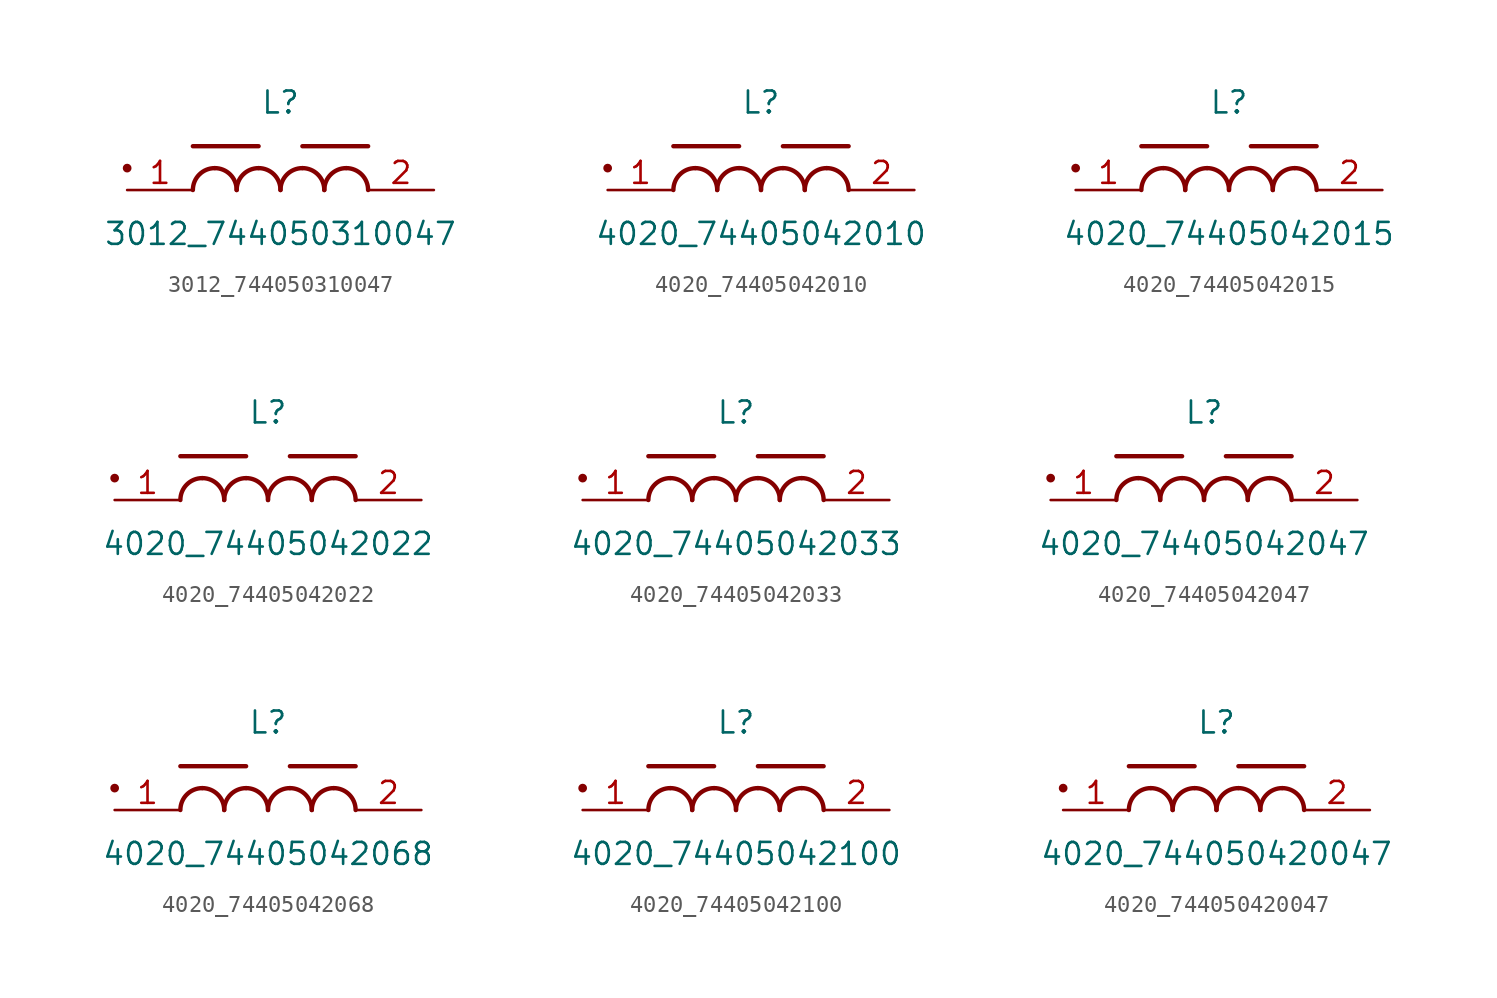
<source format=kicad_sym>
(kicad_symbol_lib
  (version 20211014)
  (generator kicad_symbol_editor)
  (symbol "Inductor_Wurth_WE-LQSH:3012_744050310047"
    (pin_names hide)
    (property "Reference" "L"
      (at 0 5.08 0)
      (effects (font (size 1.27 1.27))))
    (property "Value" "3012_744050310047"
      (at 0 -2.54 0)
      (effects (font (size 1.27 1.27))))
    (symbol "3012_744050310047_0_1"
      (circle (center -8.89 1.27) (radius 0.0001) (stroke (width 0.254)) (stroke (width 0.254) (type default) (color 0 0 0 0)) (fill (type none)))
      (arc (start -3.81 1.27) (mid -4.708 0.898) (end -5.08 0) (stroke (width 0.254) (type default) (color 0 0 0 0)) (fill (type none)))
      (arc (start -2.54 0) (mid -2.912 0.898) (end -3.81 1.27) (stroke (width 0.254) (type default) (color 0 0 0 0)) (fill (type none)))
      (arc (start -1.2699 1.2701) (mid -2.1679 0.8981) (end -2.5399 0.0001) (stroke (width 0.254) (type default) (color 0 0 0 0)) (fill (type none)))
      (polyline (pts (xy -5.08 2.54) (xy -1.27 2.54)) (stroke (width 0.254) (type default) (color 0 0 0 0)) (fill (type none)))
      (polyline (pts (xy 5.08 2.54) (xy 1.27 2.54)) (stroke (width 0.254) (type default) (color 0 0 0 0)) (fill (type none)))
      (arc (start 0.0001 0.0001) (mid -0.3719 0.8981) (end -1.2699 1.2701) (stroke (width 0.254) (type default) (color 0 0 0 0)) (fill (type none)))
      (arc (start 1.2701 1.2701) (mid 0.3721 0.8981) (end 0.0001 0.0001) (stroke (width 0.254) (type default) (color 0 0 0 0)) (fill (type none)))
      (arc (start 2.5401 0.0001) (mid 2.1681 0.8981) (end 1.2701 1.2701) (stroke (width 0.254) (type default) (color 0 0 0 0)) (fill (type none)))
      (arc (start 3.8101 1.2701) (mid 2.9121 0.8981) (end 2.5401 0.0001) (stroke (width 0.254) (type default) (color 0 0 0 0)) (fill (type none)))
      (arc (start 5.0801 0.0001) (mid 4.7081 0.8981) (end 3.8101 1.2701) (stroke (width 0.254) (type default) (color 0 0 0 0)) (fill (type none))))
    (symbol "3012_744050310047_1_1"
      (pin passive line (at -8.89 0 0) (length 3.81) (name "1" (effects (font (size 1.27 1.27)))) (number "1" (effects (font (size 1.27 1.27)))))
      (pin passive line (at 8.89 0 180) (length 3.81) (name "2" (effects (font (size 1.27 1.27)))) (number "2" (effects (font (size 1.27 1.27)))))))
  (symbol "Inductor_Wurth_WE-LQSH:4020_74405042010"
    (pin_names hide)
    (property "Reference" "L"
      (at 0 5.08 0)
      (effects (font (size 1.27 1.27))))
    (property "Value" "4020_74405042010"
      (at 0 -2.54 0)
      (effects (font (size 1.27 1.27))))
    (symbol "4020_74405042010_0_1"
      (circle (center -8.89 1.27) (radius 0.0001) (stroke (width 0.254)) (stroke (width 0.254) (type default) (color 0 0 0 0)) (fill (type none)))
      (arc (start -3.81 1.27) (mid -4.708 0.898) (end -5.08 0) (stroke (width 0.254) (type default) (color 0 0 0 0)) (fill (type none)))
      (arc (start -2.54 0) (mid -2.912 0.898) (end -3.81 1.27) (stroke (width 0.254) (type default) (color 0 0 0 0)) (fill (type none)))
      (arc (start -1.2699 1.2701) (mid -2.1679 0.8981) (end -2.5399 0.0001) (stroke (width 0.254) (type default) (color 0 0 0 0)) (fill (type none)))
      (polyline (pts (xy -5.08 2.54) (xy -1.27 2.54)) (stroke (width 0.254) (type default) (color 0 0 0 0)) (fill (type none)))
      (polyline (pts (xy 5.08 2.54) (xy 1.27 2.54)) (stroke (width 0.254) (type default) (color 0 0 0 0)) (fill (type none)))
      (arc (start 0.0001 0.0001) (mid -0.3719 0.8981) (end -1.2699 1.2701) (stroke (width 0.254) (type default) (color 0 0 0 0)) (fill (type none)))
      (arc (start 1.2701 1.2701) (mid 0.3721 0.8981) (end 0.0001 0.0001) (stroke (width 0.254) (type default) (color 0 0 0 0)) (fill (type none)))
      (arc (start 2.5401 0.0001) (mid 2.1681 0.8981) (end 1.2701 1.2701) (stroke (width 0.254) (type default) (color 0 0 0 0)) (fill (type none)))
      (arc (start 3.8101 1.2701) (mid 2.9121 0.8981) (end 2.5401 0.0001) (stroke (width 0.254) (type default) (color 0 0 0 0)) (fill (type none)))
      (arc (start 5.0801 0.0001) (mid 4.7081 0.8981) (end 3.8101 1.2701) (stroke (width 0.254) (type default) (color 0 0 0 0)) (fill (type none))))
    (symbol "4020_74405042010_1_1"
      (pin passive line (at -8.89 0 0) (length 3.81) (name "1" (effects (font (size 1.27 1.27)))) (number "1" (effects (font (size 1.27 1.27)))))
      (pin passive line (at 8.89 0 180) (length 3.81) (name "2" (effects (font (size 1.27 1.27)))) (number "2" (effects (font (size 1.27 1.27)))))))
  (symbol "Inductor_Wurth_WE-LQSH:4020_74405042015"
    (pin_names hide)
    (property "Reference" "L"
      (at 0 5.08 0)
      (effects (font (size 1.27 1.27))))
    (property "Value" "4020_74405042015"
      (at 0 -2.54 0)
      (effects (font (size 1.27 1.27))))
    (symbol "4020_74405042015_0_1"
      (circle (center -8.89 1.27) (radius 0.0001) (stroke (width 0.254)) (stroke (width 0.254) (type default) (color 0 0 0 0)) (fill (type none)))
      (arc (start -3.81 1.27) (mid -4.708 0.898) (end -5.08 0) (stroke (width 0.254) (type default) (color 0 0 0 0)) (fill (type none)))
      (arc (start -2.54 0) (mid -2.912 0.898) (end -3.81 1.27) (stroke (width 0.254) (type default) (color 0 0 0 0)) (fill (type none)))
      (arc (start -1.2699 1.2701) (mid -2.1679 0.8981) (end -2.5399 0.0001) (stroke (width 0.254) (type default) (color 0 0 0 0)) (fill (type none)))
      (polyline (pts (xy -5.08 2.54) (xy -1.27 2.54)) (stroke (width 0.254) (type default) (color 0 0 0 0)) (fill (type none)))
      (polyline (pts (xy 5.08 2.54) (xy 1.27 2.54)) (stroke (width 0.254) (type default) (color 0 0 0 0)) (fill (type none)))
      (arc (start 0.0001 0.0001) (mid -0.3719 0.8981) (end -1.2699 1.2701) (stroke (width 0.254) (type default) (color 0 0 0 0)) (fill (type none)))
      (arc (start 1.2701 1.2701) (mid 0.3721 0.8981) (end 0.0001 0.0001) (stroke (width 0.254) (type default) (color 0 0 0 0)) (fill (type none)))
      (arc (start 2.5401 0.0001) (mid 2.1681 0.8981) (end 1.2701 1.2701) (stroke (width 0.254) (type default) (color 0 0 0 0)) (fill (type none)))
      (arc (start 3.8101 1.2701) (mid 2.9121 0.8981) (end 2.5401 0.0001) (stroke (width 0.254) (type default) (color 0 0 0 0)) (fill (type none)))
      (arc (start 5.0801 0.0001) (mid 4.7081 0.8981) (end 3.8101 1.2701) (stroke (width 0.254) (type default) (color 0 0 0 0)) (fill (type none))))
    (symbol "4020_74405042015_1_1"
      (pin passive line (at -8.89 0 0) (length 3.81) (name "1" (effects (font (size 1.27 1.27)))) (number "1" (effects (font (size 1.27 1.27)))))
      (pin passive line (at 8.89 0 180) (length 3.81) (name "2" (effects (font (size 1.27 1.27)))) (number "2" (effects (font (size 1.27 1.27)))))))
  (symbol "Inductor_Wurth_WE-LQSH:4020_74405042022"
    (pin_names hide)
    (property "Reference" "L"
      (at 0 5.08 0)
      (effects (font (size 1.27 1.27))))
    (property "Value" "4020_74405042022"
      (at 0 -2.54 0)
      (effects (font (size 1.27 1.27))))
    (symbol "4020_74405042022_0_1"
      (circle (center -8.89 1.27) (radius 0.0001) (stroke (width 0.254)) (stroke (width 0.254) (type default) (color 0 0 0 0)) (fill (type none)))
      (arc (start -3.81 1.27) (mid -4.708 0.898) (end -5.08 0) (stroke (width 0.254) (type default) (color 0 0 0 0)) (fill (type none)))
      (arc (start -2.54 0) (mid -2.912 0.898) (end -3.81 1.27) (stroke (width 0.254) (type default) (color 0 0 0 0)) (fill (type none)))
      (arc (start -1.2699 1.2701) (mid -2.1679 0.8981) (end -2.5399 0.0001) (stroke (width 0.254) (type default) (color 0 0 0 0)) (fill (type none)))
      (polyline (pts (xy -5.08 2.54) (xy -1.27 2.54)) (stroke (width 0.254) (type default) (color 0 0 0 0)) (fill (type none)))
      (polyline (pts (xy 5.08 2.54) (xy 1.27 2.54)) (stroke (width 0.254) (type default) (color 0 0 0 0)) (fill (type none)))
      (arc (start 0.0001 0.0001) (mid -0.3719 0.8981) (end -1.2699 1.2701) (stroke (width 0.254) (type default) (color 0 0 0 0)) (fill (type none)))
      (arc (start 1.2701 1.2701) (mid 0.3721 0.8981) (end 0.0001 0.0001) (stroke (width 0.254) (type default) (color 0 0 0 0)) (fill (type none)))
      (arc (start 2.5401 0.0001) (mid 2.1681 0.8981) (end 1.2701 1.2701) (stroke (width 0.254) (type default) (color 0 0 0 0)) (fill (type none)))
      (arc (start 3.8101 1.2701) (mid 2.9121 0.8981) (end 2.5401 0.0001) (stroke (width 0.254) (type default) (color 0 0 0 0)) (fill (type none)))
      (arc (start 5.0801 0.0001) (mid 4.7081 0.8981) (end 3.8101 1.2701) (stroke (width 0.254) (type default) (color 0 0 0 0)) (fill (type none))))
    (symbol "4020_74405042022_1_1"
      (pin passive line (at -8.89 0 0) (length 3.81) (name "1" (effects (font (size 1.27 1.27)))) (number "1" (effects (font (size 1.27 1.27)))))
      (pin passive line (at 8.89 0 180) (length 3.81) (name "2" (effects (font (size 1.27 1.27)))) (number "2" (effects (font (size 1.27 1.27)))))))
  (symbol "Inductor_Wurth_WE-LQSH:4020_74405042033"
    (pin_names hide)
    (property "Reference" "L"
      (at 0 5.08 0)
      (effects (font (size 1.27 1.27))))
    (property "Value" "4020_74405042033"
      (at 0 -2.54 0)
      (effects (font (size 1.27 1.27))))
    (symbol "4020_74405042033_0_1"
      (circle (center -8.89 1.27) (radius 0.0001) (stroke (width 0.254)) (stroke (width 0.254) (type default) (color 0 0 0 0)) (fill (type none)))
      (arc (start -3.81 1.27) (mid -4.708 0.898) (end -5.08 0) (stroke (width 0.254) (type default) (color 0 0 0 0)) (fill (type none)))
      (arc (start -2.54 0) (mid -2.912 0.898) (end -3.81 1.27) (stroke (width 0.254) (type default) (color 0 0 0 0)) (fill (type none)))
      (arc (start -1.2699 1.2701) (mid -2.1679 0.8981) (end -2.5399 0.0001) (stroke (width 0.254) (type default) (color 0 0 0 0)) (fill (type none)))
      (polyline (pts (xy -5.08 2.54) (xy -1.27 2.54)) (stroke (width 0.254) (type default) (color 0 0 0 0)) (fill (type none)))
      (polyline (pts (xy 5.08 2.54) (xy 1.27 2.54)) (stroke (width 0.254) (type default) (color 0 0 0 0)) (fill (type none)))
      (arc (start 0.0001 0.0001) (mid -0.3719 0.8981) (end -1.2699 1.2701) (stroke (width 0.254) (type default) (color 0 0 0 0)) (fill (type none)))
      (arc (start 1.2701 1.2701) (mid 0.3721 0.8981) (end 0.0001 0.0001) (stroke (width 0.254) (type default) (color 0 0 0 0)) (fill (type none)))
      (arc (start 2.5401 0.0001) (mid 2.1681 0.8981) (end 1.2701 1.2701) (stroke (width 0.254) (type default) (color 0 0 0 0)) (fill (type none)))
      (arc (start 3.8101 1.2701) (mid 2.9121 0.8981) (end 2.5401 0.0001) (stroke (width 0.254) (type default) (color 0 0 0 0)) (fill (type none)))
      (arc (start 5.0801 0.0001) (mid 4.7081 0.8981) (end 3.8101 1.2701) (stroke (width 0.254) (type default) (color 0 0 0 0)) (fill (type none))))
    (symbol "4020_74405042033_1_1"
      (pin passive line (at -8.89 0 0) (length 3.81) (name "1" (effects (font (size 1.27 1.27)))) (number "1" (effects (font (size 1.27 1.27)))))
      (pin passive line (at 8.89 0 180) (length 3.81) (name "2" (effects (font (size 1.27 1.27)))) (number "2" (effects (font (size 1.27 1.27)))))))
  (symbol "Inductor_Wurth_WE-LQSH:4020_74405042047"
    (pin_names hide)
    (property "Reference" "L"
      (at 0 5.08 0)
      (effects (font (size 1.27 1.27))))
    (property "Value" "4020_74405042047"
      (at 0 -2.54 0)
      (effects (font (size 1.27 1.27))))
    (symbol "4020_74405042047_0_1"
      (circle (center -8.89 1.27) (radius 0.0001) (stroke (width 0.254)) (stroke (width 0.254) (type default) (color 0 0 0 0)) (fill (type none)))
      (arc (start -3.81 1.27) (mid -4.708 0.898) (end -5.08 0) (stroke (width 0.254) (type default) (color 0 0 0 0)) (fill (type none)))
      (arc (start -2.54 0) (mid -2.912 0.898) (end -3.81 1.27) (stroke (width 0.254) (type default) (color 0 0 0 0)) (fill (type none)))
      (arc (start -1.2699 1.2701) (mid -2.1679 0.8981) (end -2.5399 0.0001) (stroke (width 0.254) (type default) (color 0 0 0 0)) (fill (type none)))
      (polyline (pts (xy -5.08 2.54) (xy -1.27 2.54)) (stroke (width 0.254) (type default) (color 0 0 0 0)) (fill (type none)))
      (polyline (pts (xy 5.08 2.54) (xy 1.27 2.54)) (stroke (width 0.254) (type default) (color 0 0 0 0)) (fill (type none)))
      (arc (start 0.0001 0.0001) (mid -0.3719 0.8981) (end -1.2699 1.2701) (stroke (width 0.254) (type default) (color 0 0 0 0)) (fill (type none)))
      (arc (start 1.2701 1.2701) (mid 0.3721 0.8981) (end 0.0001 0.0001) (stroke (width 0.254) (type default) (color 0 0 0 0)) (fill (type none)))
      (arc (start 2.5401 0.0001) (mid 2.1681 0.8981) (end 1.2701 1.2701) (stroke (width 0.254) (type default) (color 0 0 0 0)) (fill (type none)))
      (arc (start 3.8101 1.2701) (mid 2.9121 0.8981) (end 2.5401 0.0001) (stroke (width 0.254) (type default) (color 0 0 0 0)) (fill (type none)))
      (arc (start 5.0801 0.0001) (mid 4.7081 0.8981) (end 3.8101 1.2701) (stroke (width 0.254) (type default) (color 0 0 0 0)) (fill (type none))))
    (symbol "4020_74405042047_1_1"
      (pin passive line (at -8.89 0 0) (length 3.81) (name "1" (effects (font (size 1.27 1.27)))) (number "1" (effects (font (size 1.27 1.27)))))
      (pin passive line (at 8.89 0 180) (length 3.81) (name "2" (effects (font (size 1.27 1.27)))) (number "2" (effects (font (size 1.27 1.27)))))))
  (symbol "Inductor_Wurth_WE-LQSH:4020_74405042068"
    (pin_names hide)
    (property "Reference" "L"
      (at 0 5.08 0)
      (effects (font (size 1.27 1.27))))
    (property "Value" "4020_74405042068"
      (at 0 -2.54 0)
      (effects (font (size 1.27 1.27))))
    (symbol "4020_74405042068_0_1"
      (circle (center -8.89 1.27) (radius 0.0001) (stroke (width 0.254)) (stroke (width 0.254) (type default) (color 0 0 0 0)) (fill (type none)))
      (arc (start -3.81 1.27) (mid -4.708 0.898) (end -5.08 0) (stroke (width 0.254) (type default) (color 0 0 0 0)) (fill (type none)))
      (arc (start -2.54 0) (mid -2.912 0.898) (end -3.81 1.27) (stroke (width 0.254) (type default) (color 0 0 0 0)) (fill (type none)))
      (arc (start -1.2699 1.2701) (mid -2.1679 0.8981) (end -2.5399 0.0001) (stroke (width 0.254) (type default) (color 0 0 0 0)) (fill (type none)))
      (polyline (pts (xy -5.08 2.54) (xy -1.27 2.54)) (stroke (width 0.254) (type default) (color 0 0 0 0)) (fill (type none)))
      (polyline (pts (xy 5.08 2.54) (xy 1.27 2.54)) (stroke (width 0.254) (type default) (color 0 0 0 0)) (fill (type none)))
      (arc (start 0.0001 0.0001) (mid -0.3719 0.8981) (end -1.2699 1.2701) (stroke (width 0.254) (type default) (color 0 0 0 0)) (fill (type none)))
      (arc (start 1.2701 1.2701) (mid 0.3721 0.8981) (end 0.0001 0.0001) (stroke (width 0.254) (type default) (color 0 0 0 0)) (fill (type none)))
      (arc (start 2.5401 0.0001) (mid 2.1681 0.8981) (end 1.2701 1.2701) (stroke (width 0.254) (type default) (color 0 0 0 0)) (fill (type none)))
      (arc (start 3.8101 1.2701) (mid 2.9121 0.8981) (end 2.5401 0.0001) (stroke (width 0.254) (type default) (color 0 0 0 0)) (fill (type none)))
      (arc (start 5.0801 0.0001) (mid 4.7081 0.8981) (end 3.8101 1.2701) (stroke (width 0.254) (type default) (color 0 0 0 0)) (fill (type none))))
    (symbol "4020_74405042068_1_1"
      (pin passive line (at -8.89 0 0) (length 3.81) (name "1" (effects (font (size 1.27 1.27)))) (number "1" (effects (font (size 1.27 1.27)))))
      (pin passive line (at 8.89 0 180) (length 3.81) (name "2" (effects (font (size 1.27 1.27)))) (number "2" (effects (font (size 1.27 1.27)))))))
  (symbol "Inductor_Wurth_WE-LQSH:4020_74405042100"
    (pin_names hide)
    (property "Reference" "L"
      (at 0 5.08 0)
      (effects (font (size 1.27 1.27))))
    (property "Value" "4020_74405042100"
      (at 0 -2.54 0)
      (effects (font (size 1.27 1.27))))
    (symbol "4020_74405042100_0_1"
      (circle (center -8.89 1.27) (radius 0.0001) (stroke (width 0.254)) (stroke (width 0.254) (type default) (color 0 0 0 0)) (fill (type none)))
      (arc (start -3.81 1.27) (mid -4.708 0.898) (end -5.08 0) (stroke (width 0.254) (type default) (color 0 0 0 0)) (fill (type none)))
      (arc (start -2.54 0) (mid -2.912 0.898) (end -3.81 1.27) (stroke (width 0.254) (type default) (color 0 0 0 0)) (fill (type none)))
      (arc (start -1.2699 1.2701) (mid -2.1679 0.8981) (end -2.5399 0.0001) (stroke (width 0.254) (type default) (color 0 0 0 0)) (fill (type none)))
      (polyline (pts (xy -5.08 2.54) (xy -1.27 2.54)) (stroke (width 0.254) (type default) (color 0 0 0 0)) (fill (type none)))
      (polyline (pts (xy 5.08 2.54) (xy 1.27 2.54)) (stroke (width 0.254) (type default) (color 0 0 0 0)) (fill (type none)))
      (arc (start 0.0001 0.0001) (mid -0.3719 0.8981) (end -1.2699 1.2701) (stroke (width 0.254) (type default) (color 0 0 0 0)) (fill (type none)))
      (arc (start 1.2701 1.2701) (mid 0.3721 0.8981) (end 0.0001 0.0001) (stroke (width 0.254) (type default) (color 0 0 0 0)) (fill (type none)))
      (arc (start 2.5401 0.0001) (mid 2.1681 0.8981) (end 1.2701 1.2701) (stroke (width 0.254) (type default) (color 0 0 0 0)) (fill (type none)))
      (arc (start 3.8101 1.2701) (mid 2.9121 0.8981) (end 2.5401 0.0001) (stroke (width 0.254) (type default) (color 0 0 0 0)) (fill (type none)))
      (arc (start 5.0801 0.0001) (mid 4.7081 0.8981) (end 3.8101 1.2701) (stroke (width 0.254) (type default) (color 0 0 0 0)) (fill (type none))))
    (symbol "4020_74405042100_1_1"
      (pin passive line (at -8.89 0 0) (length 3.81) (name "1" (effects (font (size 1.27 1.27)))) (number "1" (effects (font (size 1.27 1.27)))))
      (pin passive line (at 8.89 0 180) (length 3.81) (name "2" (effects (font (size 1.27 1.27)))) (number "2" (effects (font (size 1.27 1.27)))))))
  (symbol "Inductor_Wurth_WE-LQSH:4020_744050420047"
    (pin_names hide)
    (property "Reference" "L"
      (at 0 5.08 0)
      (effects (font (size 1.27 1.27))))
    (property "Value" "4020_744050420047"
      (at 0 -2.54 0)
      (effects (font (size 1.27 1.27))))
    (symbol "4020_744050420047_0_1"
      (circle (center -8.89 1.27) (radius 0.0001) (stroke (width 0.254)) (stroke (width 0.254) (type default) (color 0 0 0 0)) (fill (type none)))
      (arc (start -3.81 1.27) (mid -4.708 0.898) (end -5.08 0) (stroke (width 0.254) (type default) (color 0 0 0 0)) (fill (type none)))
      (arc (start -2.54 0) (mid -2.912 0.898) (end -3.81 1.27) (stroke (width 0.254) (type default) (color 0 0 0 0)) (fill (type none)))
      (arc (start -1.2699 1.2701) (mid -2.1679 0.8981) (end -2.5399 0.0001) (stroke (width 0.254) (type default) (color 0 0 0 0)) (fill (type none)))
      (polyline (pts (xy -5.08 2.54) (xy -1.27 2.54)) (stroke (width 0.254) (type default) (color 0 0 0 0)) (fill (type none)))
      (polyline (pts (xy 5.08 2.54) (xy 1.27 2.54)) (stroke (width 0.254) (type default) (color 0 0 0 0)) (fill (type none)))
      (arc (start 0.0001 0.0001) (mid -0.3719 0.8981) (end -1.2699 1.2701) (stroke (width 0.254) (type default) (color 0 0 0 0)) (fill (type none)))
      (arc (start 1.2701 1.2701) (mid 0.3721 0.8981) (end 0.0001 0.0001) (stroke (width 0.254) (type default) (color 0 0 0 0)) (fill (type none)))
      (arc (start 2.5401 0.0001) (mid 2.1681 0.8981) (end 1.2701 1.2701) (stroke (width 0.254) (type default) (color 0 0 0 0)) (fill (type none)))
      (arc (start 3.8101 1.2701) (mid 2.9121 0.8981) (end 2.5401 0.0001) (stroke (width 0.254) (type default) (color 0 0 0 0)) (fill (type none)))
      (arc (start 5.0801 0.0001) (mid 4.7081 0.8981) (end 3.8101 1.2701) (stroke (width 0.254) (type default) (color 0 0 0 0)) (fill (type none))))
    (symbol "4020_744050420047_1_1"
      (pin passive line (at -8.89 0 0) (length 3.81) (name "1" (effects (font (size 1.27 1.27)))) (number "1" (effects (font (size 1.27 1.27)))))
      (pin passive line (at 8.89 0 180) (length 3.81) (name "2" (effects (font (size 1.27 1.27)))) (number "2" (effects (font (size 1.27 1.27))))))))
</source>
